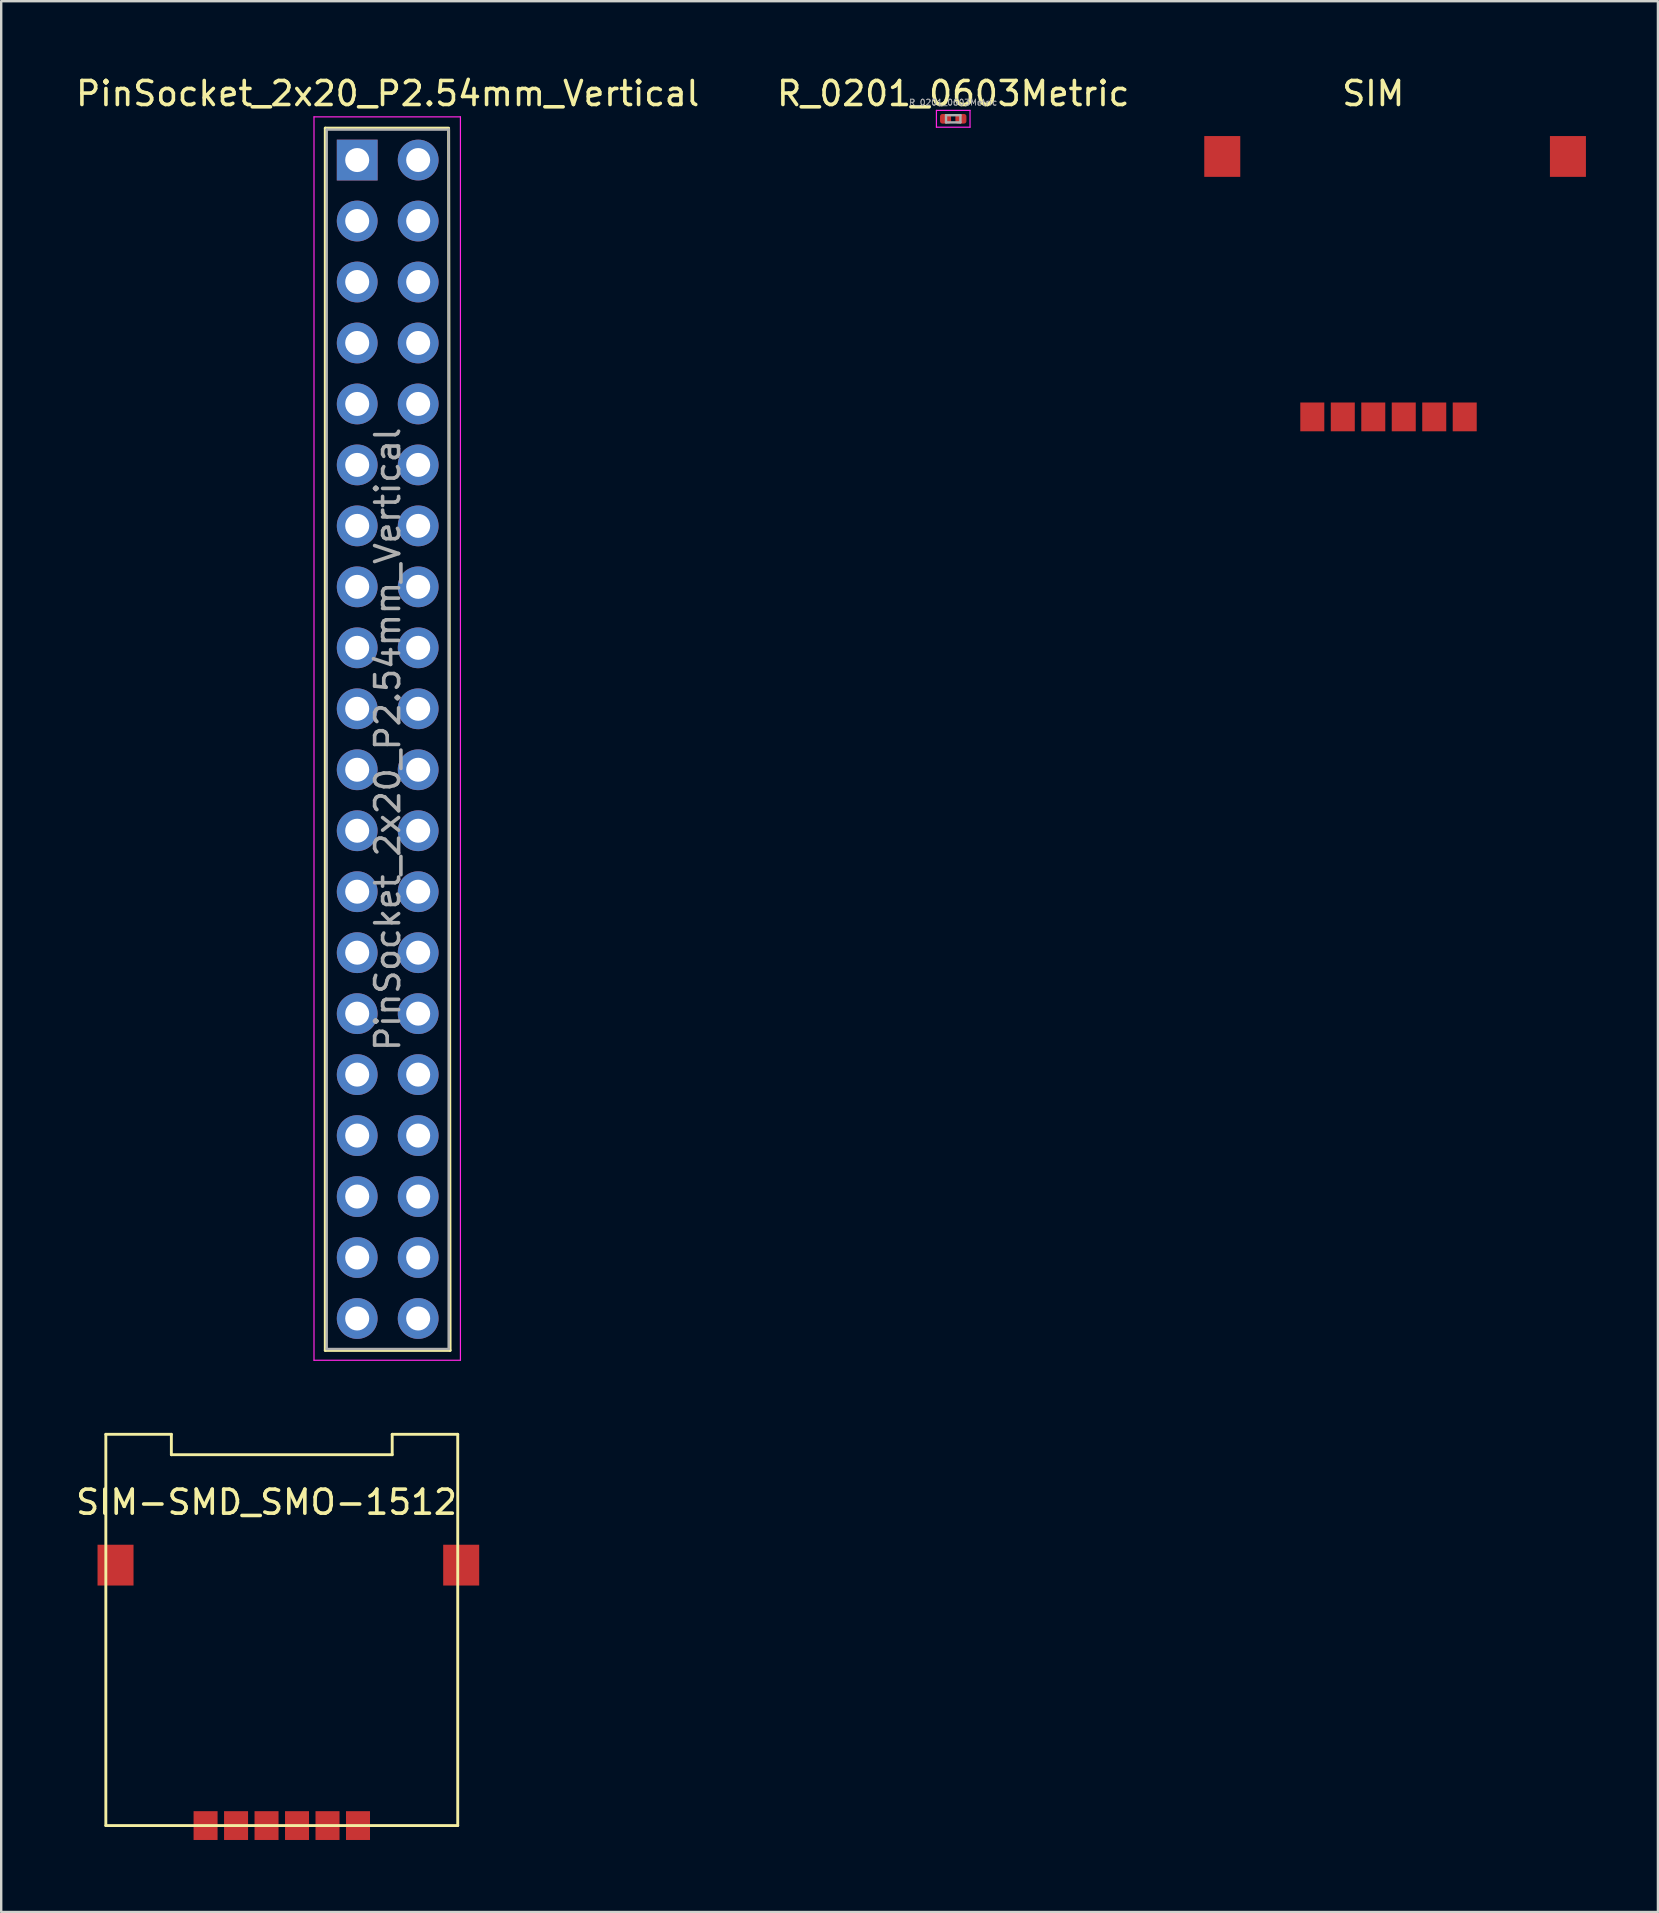
<source format=kicad_pcb>
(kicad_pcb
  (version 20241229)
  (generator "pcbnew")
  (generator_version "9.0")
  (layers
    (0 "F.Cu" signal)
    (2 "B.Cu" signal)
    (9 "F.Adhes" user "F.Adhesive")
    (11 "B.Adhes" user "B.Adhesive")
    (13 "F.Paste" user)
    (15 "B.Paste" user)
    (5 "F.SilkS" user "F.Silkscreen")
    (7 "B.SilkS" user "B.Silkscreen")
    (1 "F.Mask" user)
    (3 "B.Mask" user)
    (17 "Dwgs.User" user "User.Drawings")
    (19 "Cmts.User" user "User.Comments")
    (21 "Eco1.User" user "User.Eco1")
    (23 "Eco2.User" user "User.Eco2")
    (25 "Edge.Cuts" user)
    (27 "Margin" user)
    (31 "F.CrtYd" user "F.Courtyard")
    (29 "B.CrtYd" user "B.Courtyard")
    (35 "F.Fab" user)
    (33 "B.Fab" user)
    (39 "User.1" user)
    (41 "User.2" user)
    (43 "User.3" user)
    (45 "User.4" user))
  (footprint "SIM-SMD_SMO-1512"
    (layer "F.Cu")
    (at 8.689 73.003)
    (property "Reference" "SIM-SMD_SMO-1512" (at -0.635 -13.47 0) (layer "F.SilkS") (effects (font (size 1 1) (thickness 0.15))))
    (attr through_hole)
    (fp_line (start -7.33 -16.3) (end -4.6 -16.3) (stroke (width 0.12) (type solid)) (layer "F.SilkS"))
    (fp_line (start -7.33 0) (end -7.33 -16.3) (stroke (width 0.12) (type solid)) (layer "F.SilkS"))
    (fp_line (start -7.33 0) (end 7.33 0) (stroke (width 0.12) (type solid)) (layer "F.SilkS"))
    (fp_line (start -4.6 -15.45) (end -4.6 -16.3) (stroke (width 0.12) (type solid)) (layer "F.SilkS"))
    (fp_line (start -4.6 -15.45) (end 4.6 -15.45) (stroke (width 0.12) (type solid)) (layer "F.SilkS"))
    (fp_line (start 4.6 -16.3) (end 7.33 -16.3) (stroke (width 0.12) (type solid)) (layer "F.SilkS"))
    (fp_line (start 4.6 -15.45) (end 4.6 -16.3) (stroke (width 0.12) (type solid)) (layer "F.SilkS"))
    (fp_line (start 7.33 0) (end 7.33 -16.3) (stroke (width 0.12) (type solid)) (layer "F.SilkS"))
    (pad "1" smd rect (at -1.905 0) (size 1 1.2) (layers "F.Cu" "F.Mask" "F.Paste"))
    (pad "2" smd rect (at 0.635 0) (size 1 1.2) (layers "F.Cu" "F.Mask" "F.Paste"))
    (pad "3" smd rect (at 3.175 0) (size 1 1.2) (layers "F.Cu" "F.Mask" "F.Paste"))
    (pad "5" smd rect (at -3.175 0) (size 1 1.2) (layers "F.Cu" "F.Mask" "F.Paste"))
    (pad "6" smd rect (at -0.635 0) (size 1 1.2) (layers "F.Cu" "F.Mask" "F.Paste"))
    (pad "7" smd rect (at 1.905 0) (size 1 1.2) (layers "F.Cu" "F.Mask" "F.Paste"))
    (pad "8" smd rect (at -6.926 -10.85) (size 1.5 1.7) (layers "F.Cu" "F.Mask" "F.Paste"))
    (pad "9" smd rect (at 7.474 -10.85) (size 1.5 1.7) (layers "F.Cu" "F.Mask" "F.Paste")))
  (footprint "PinSocket_2x20_P2.54mm_Vertical"
    (layer "F.Cu")
    (at 13.101 27.748)
    (property "Reference" "PinSocket_2x20_P2.54mm_Vertical" (at 0 -26.9 0) (layer "F.SilkS") (effects (font (size 1 1) (thickness 0.15))))
    (attr through_hole)
    (fp_line (start -2.6 -25.46) (end -2.6 25.46) (stroke (width 0.12) (type solid)) (layer "F.SilkS"))
    (fp_line (start -2.6 -25.46) (end 2.54 -25.46) (stroke (width 0.12) (type solid)) (layer "F.SilkS"))
    (fp_line (start -2.6 25.46) (end 2.6 25.46) (stroke (width 0.12) (type solid)) (layer "F.SilkS"))
    (fp_line (start 2.54 -25.4) (end 2.6 25.46) (stroke (width 0.12) (type solid)) (layer "F.SilkS"))
    (fp_line (start -3.07 -25.93) (end 3.03 -25.93) (stroke (width 0.05) (type solid)) (layer "F.CrtYd"))
    (fp_line (start -3.07 25.87) (end -3.07 -25.93) (stroke (width 0.05) (type solid)) (layer "F.CrtYd"))
    (fp_line (start 3.03 -25.93) (end 3.03 25.87) (stroke (width 0.05) (type solid)) (layer "F.CrtYd"))
    (fp_line (start 3.03 25.87) (end -3.07 25.87) (stroke (width 0.05) (type solid)) (layer "F.CrtYd"))
    (fp_line (start -2.54 -25.4) (end 2.54 -25.4) (stroke (width 0.1) (type solid)) (layer "F.Fab"))
    (fp_line (start -2.54 25.4) (end -2.54 -25.4) (stroke (width 0.1) (type solid)) (layer "F.Fab"))
    (fp_line (start 2.54 -25.4) (end 2.54 25.4) (stroke (width 0.1) (type solid)) (layer "F.Fab"))
    (fp_line (start 2.54 25.4) (end -2.54 25.4) (stroke (width 0.1) (type solid)) (layer "F.Fab"))
    (fp_text user "${REFERENCE}" (at 0 0 90) (layer "F.Fab") (effects (font (size 1 1) (thickness 0.15))))
    (pad "1" thru_hole rect (at -1.27 -24.13) (size 1.7 1.7) (drill 1) (layers "*.Cu" "*.Mask"))
    (pad "2" thru_hole circle (at 1.27 -24.13) (size 1.7 1.7) (drill 1) (layers "*.Cu" "*.Mask"))
    (pad "3" thru_hole oval (at -1.27 -21.59) (size 1.7 1.7) (drill 1) (layers "*.Cu" "*.Mask"))
    (pad "4" thru_hole oval (at 1.27 -21.59) (size 1.7 1.7) (drill 1) (layers "*.Cu" "*.Mask"))
    (pad "5" thru_hole oval (at -1.27 -19.05) (size 1.7 1.7) (drill 1) (layers "*.Cu" "*.Mask"))
    (pad "6" thru_hole oval (at 1.27 -19.05) (size 1.7 1.7) (drill 1) (layers "*.Cu" "*.Mask"))
    (pad "7" thru_hole oval (at -1.27 -16.51) (size 1.7 1.7) (drill 1) (layers "*.Cu" "*.Mask"))
    (pad "8" thru_hole oval (at 1.27 -16.51) (size 1.7 1.7) (drill 1) (layers "*.Cu" "*.Mask"))
    (pad "9" thru_hole oval (at -1.27 -13.97) (size 1.7 1.7) (drill 1) (layers "*.Cu" "*.Mask"))
    (pad "10" thru_hole oval (at 1.27 -13.97) (size 1.7 1.7) (drill 1) (layers "*.Cu" "*.Mask"))
    (pad "11" thru_hole oval (at -1.27 -11.43) (size 1.7 1.7) (drill 1) (layers "*.Cu" "*.Mask"))
    (pad "12" thru_hole oval (at 1.27 -11.43) (size 1.7 1.7) (drill 1) (layers "*.Cu" "*.Mask"))
    (pad "13" thru_hole oval (at -1.27 -8.89) (size 1.7 1.7) (drill 1) (layers "*.Cu" "*.Mask"))
    (pad "14" thru_hole oval (at 1.27 -8.89) (size 1.7 1.7) (drill 1) (layers "*.Cu" "*.Mask"))
    (pad "15" thru_hole oval (at -1.27 -6.35) (size 1.7 1.7) (drill 1) (layers "*.Cu" "*.Mask"))
    (pad "16" thru_hole oval (at 1.27 -6.35) (size 1.7 1.7) (drill 1) (layers "*.Cu" "*.Mask"))
    (pad "17" thru_hole oval (at -1.27 -3.81) (size 1.7 1.7) (drill 1) (layers "*.Cu" "*.Mask"))
    (pad "18" thru_hole oval (at 1.27 -3.81) (size 1.7 1.7) (drill 1) (layers "*.Cu" "*.Mask"))
    (pad "19" thru_hole oval (at -1.27 -1.27) (size 1.7 1.7) (drill 1) (layers "*.Cu" "*.Mask"))
    (pad "20" thru_hole oval (at 1.27 -1.27) (size 1.7 1.7) (drill 1) (layers "*.Cu" "*.Mask"))
    (pad "21" thru_hole oval (at -1.27 1.27) (size 1.7 1.7) (drill 1) (layers "*.Cu" "*.Mask"))
    (pad "22" thru_hole oval (at 1.27 1.27) (size 1.7 1.7) (drill 1) (layers "*.Cu" "*.Mask"))
    (pad "23" thru_hole oval (at -1.27 3.81) (size 1.7 1.7) (drill 1) (layers "*.Cu" "*.Mask"))
    (pad "24" thru_hole oval (at 1.27 3.81) (size 1.7 1.7) (drill 1) (layers "*.Cu" "*.Mask"))
    (pad "25" thru_hole oval (at -1.27 6.35) (size 1.7 1.7) (drill 1) (layers "*.Cu" "*.Mask"))
    (pad "26" thru_hole oval (at 1.27 6.35) (size 1.7 1.7) (drill 1) (layers "*.Cu" "*.Mask"))
    (pad "27" thru_hole oval (at -1.27 8.89) (size 1.7 1.7) (drill 1) (layers "*.Cu" "*.Mask"))
    (pad "28" thru_hole oval (at 1.27 8.89) (size 1.7 1.7) (drill 1) (layers "*.Cu" "*.Mask"))
    (pad "29" thru_hole oval (at -1.27 11.43) (size 1.7 1.7) (drill 1) (layers "*.Cu" "*.Mask"))
    (pad "30" thru_hole oval (at 1.27 11.43) (size 1.7 1.7) (drill 1) (layers "*.Cu" "*.Mask"))
    (pad "31" thru_hole oval (at -1.27 13.97) (size 1.7 1.7) (drill 1) (layers "*.Cu" "*.Mask"))
    (pad "32" thru_hole oval (at 1.27 13.97) (size 1.7 1.7) (drill 1) (layers "*.Cu" "*.Mask"))
    (pad "33" thru_hole oval (at -1.27 16.51) (size 1.7 1.7) (drill 1) (layers "*.Cu" "*.Mask"))
    (pad "34" thru_hole oval (at 1.27 16.51) (size 1.7 1.7) (drill 1) (layers "*.Cu" "*.Mask"))
    (pad "35" thru_hole oval (at -1.27 19.05) (size 1.7 1.7) (drill 1) (layers "*.Cu" "*.Mask"))
    (pad "36" thru_hole oval (at 1.27 19.05) (size 1.7 1.7) (drill 1) (layers "*.Cu" "*.Mask"))
    (pad "37" thru_hole oval (at -1.27 21.59) (size 1.7 1.7) (drill 1) (layers "*.Cu" "*.Mask"))
    (pad "38" thru_hole oval (at 1.27 21.59) (size 1.7 1.7) (drill 1) (layers "*.Cu" "*.Mask"))
    (pad "39" thru_hole oval (at -1.27 24.13) (size 1.7 1.7) (drill 1) (layers "*.Cu" "*.Mask"))
    (pad "40" thru_hole oval (at 1.27 24.13) (size 1.7 1.7) (drill 1) (layers "*.Cu" "*.Mask")))
  (footprint "SIM"
    (layer "F.Cu")
    (at 51.62 14.318)
    (property "Reference" "SIM" (at 2.54 -13.47 0) (layer "F.SilkS") (effects (font (size 1 1) (thickness 0.15))))
    (attr through_hole)
    (pad "1" smd rect (at 1.27 0) (size 1 1.2) (layers "F.Cu" "F.Mask" "F.Paste"))
    (pad "2" smd rect (at 3.81 0) (size 1 1.2) (layers "F.Cu" "F.Mask" "F.Paste"))
    (pad "3" smd rect (at 6.35 0) (size 1 1.2) (layers "F.Cu" "F.Mask" "F.Paste"))
    (pad "5" smd rect (at 0 0) (size 1 1.2) (layers "F.Cu" "F.Mask" "F.Paste"))
    (pad "6" smd rect (at 2.54 0) (size 1 1.2) (layers "F.Cu" "F.Mask" "F.Paste"))
    (pad "7" smd rect (at 5.08 0) (size 1 1.2) (layers "F.Cu" "F.Mask" "F.Paste"))
    (pad "8" smd rect (at -3.751 -10.85) (size 1.5 1.7) (layers "F.Cu" "F.Mask" "F.Paste"))
    (pad "9" smd rect (at 10.649 -10.85) (size 1.5 1.7) (layers "F.Cu" "F.Mask" "F.Paste")))
  (footprint "R_0201_0603Metric"
    (layer "F.Cu")
    (at 36.661 1.898)
    (property "Reference" "R_0201_0603Metric" (at 0 -1.05 0) (layer "F.SilkS") (effects (font (size 1 1) (thickness 0.15))))
    (attr smd)
    (fp_line (start -0.7 -0.35) (end 0.7 -0.35) (stroke (width 0.05) (type solid)) (layer "F.CrtYd"))
    (fp_line (start -0.7 0.35) (end -0.7 -0.35) (stroke (width 0.05) (type solid)) (layer "F.CrtYd"))
    (fp_line (start 0.7 -0.35) (end 0.7 0.35) (stroke (width 0.05) (type solid)) (layer "F.CrtYd"))
    (fp_line (start 0.7 0.35) (end -0.7 0.35) (stroke (width 0.05) (type solid)) (layer "F.CrtYd"))
    (fp_line (start -0.3 -0.15) (end 0.3 -0.15) (stroke (width 0.1) (type solid)) (layer "F.Fab"))
    (fp_line (start -0.3 0.15) (end -0.3 -0.15) (stroke (width 0.1) (type solid)) (layer "F.Fab"))
    (fp_line (start 0.3 -0.15) (end 0.3 0.15) (stroke (width 0.1) (type solid)) (layer "F.Fab"))
    (fp_line (start 0.3 0.15) (end -0.3 0.15) (stroke (width 0.1) (type solid)) (layer "F.Fab"))
    (fp_text user "${REFERENCE}" (at 0 -0.68 0) (layer "F.Fab") (effects (font (size 0.25 0.25) (thickness 0.04))))
    (pad "" smd roundrect (at -0.345 0) (size 0.318 0.36) (layers "F.Paste") (roundrect_rratio 0.25))
    (pad "" smd roundrect (at 0.345 0) (size 0.318 0.36) (layers "F.Paste") (roundrect_rratio 0.25))
    (pad "1" smd roundrect (at -0.32 0) (size 0.46 0.4) (layers "F.Cu" "F.Mask") (roundrect_rratio 0.25))
    (pad "2" smd roundrect (at 0.32 0) (size 0.46 0.4) (layers "F.Cu" "F.Mask") (roundrect_rratio 0.25)))
  (gr_rect
    (start -3 -3)
    (end 66.019 76.603)
    (stroke (width 0.1) (type default))
    (fill no)
    (layer "Edge.Cuts")))
</source>
